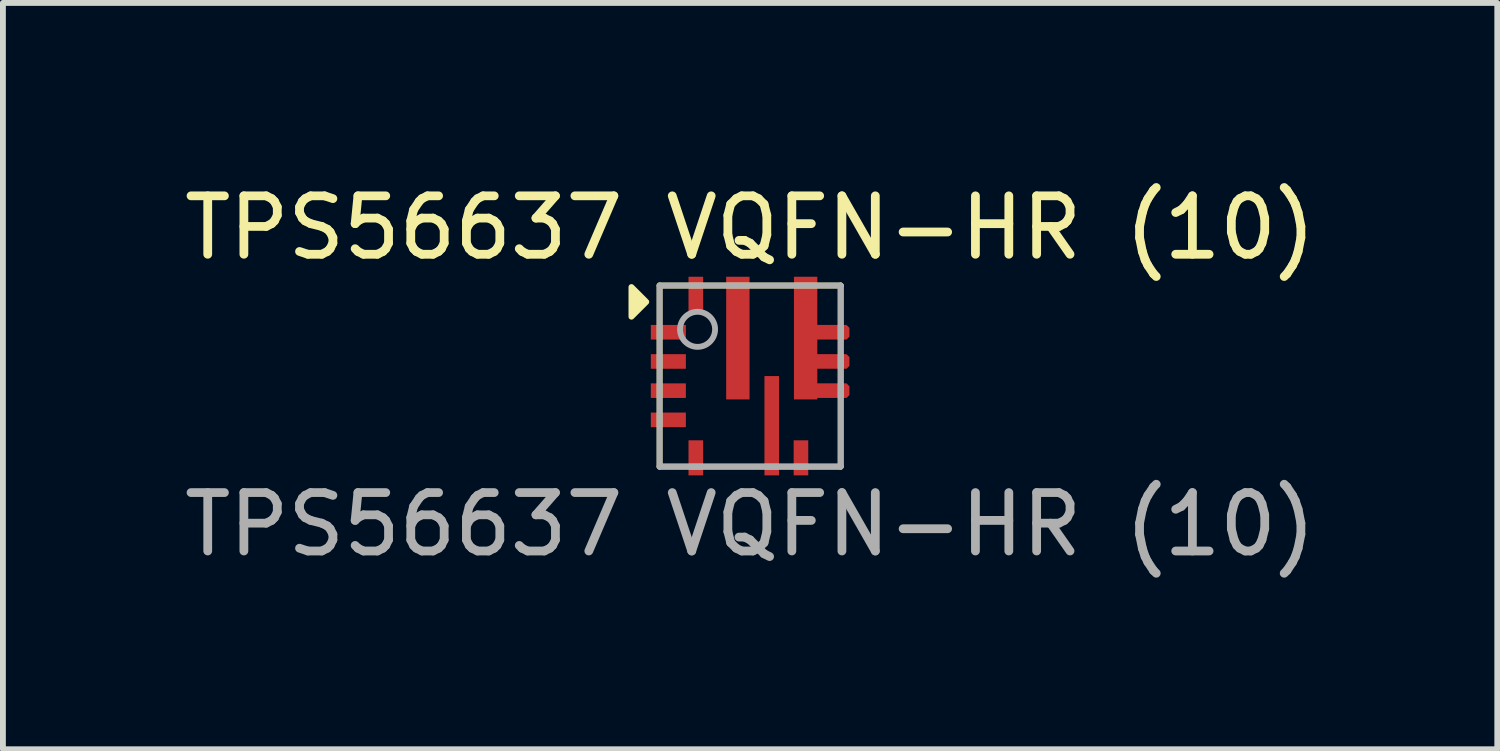
<source format=kicad_pcb>
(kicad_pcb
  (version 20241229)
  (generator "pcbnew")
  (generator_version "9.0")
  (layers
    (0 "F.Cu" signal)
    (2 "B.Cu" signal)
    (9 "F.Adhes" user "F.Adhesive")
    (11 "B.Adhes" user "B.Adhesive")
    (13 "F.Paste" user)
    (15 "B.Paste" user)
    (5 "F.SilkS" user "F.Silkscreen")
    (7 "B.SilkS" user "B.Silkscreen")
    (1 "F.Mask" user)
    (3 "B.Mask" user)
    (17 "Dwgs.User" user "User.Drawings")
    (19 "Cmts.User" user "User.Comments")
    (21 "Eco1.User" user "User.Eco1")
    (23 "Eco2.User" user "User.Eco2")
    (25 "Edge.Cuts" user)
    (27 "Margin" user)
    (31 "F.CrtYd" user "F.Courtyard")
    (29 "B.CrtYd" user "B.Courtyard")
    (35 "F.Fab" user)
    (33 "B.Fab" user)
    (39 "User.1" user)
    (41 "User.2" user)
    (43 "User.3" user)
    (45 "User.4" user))
  (footprint "TPS56637 VQFN-HR (10)"
    (layer "F.Cu")
    (at 9.792 3.388)
    (property "Reference" "TPS56637 VQFN-HR (10)" (at 0 -2.54 0) (unlocked yes) (layer "F.SilkS") (effects (font (size 1 1) (thickness 0.15))))
    (attr smd)
    (fp_poly (pts (xy 1 -0.675) (xy 1 -0.825) (xy 1.05 -0.875) (xy 1.65 -0.875) (xy 1.7 -0.825) (xy 1.7 -0.675) (xy 1.65 -0.625) (xy 1.05 -0.625)) (stroke (width 0) (type solid)) (fill yes) (layer "F.Cu"))
    (fp_poly (pts (xy 1 -0.175) (xy 1 -0.325) (xy 1.05 -0.375) (xy 1.65 -0.375) (xy 1.7 -0.325) (xy 1.7 -0.175) (xy 1.65 -0.125) (xy 1.05 -0.125)) (stroke (width 0) (type solid)) (fill yes) (layer "F.Cu"))
    (fp_poly (pts (xy 1 0.325) (xy 1 0.175) (xy 1.05 0.125) (xy 1.65 0.125) (xy 1.7 0.175) (xy 1.7 0.325) (xy 1.65 0.375) (xy 1.05 0.375)) (stroke (width 0) (type solid)) (fill yes) (layer "F.Cu"))
    (fp_poly (pts (xy 1 -0.675) (xy 1 -0.825) (xy 1.05 -0.875) (xy 1.65 -0.875) (xy 1.7 -0.825) (xy 1.7 -0.675) (xy 1.65 -0.625) (xy 1.05 -0.625)) (stroke (width 0) (type solid)) (fill yes) (layer "F.Mask"))
    (fp_poly (pts (xy 1 -0.175) (xy 1 -0.325) (xy 1.05 -0.375) (xy 1.65 -0.375) (xy 1.7 -0.325) (xy 1.7 -0.175) (xy 1.65 -0.125) (xy 1.05 -0.125)) (stroke (width 0) (type solid)) (fill yes) (layer "F.Mask"))
    (fp_poly (pts (xy 1 0.325) (xy 1 0.175) (xy 1.05 0.125) (xy 1.65 0.125) (xy 1.7 0.175) (xy 1.7 0.325) (xy 1.65 0.375) (xy 1.05 0.375)) (stroke (width 0) (type solid)) (fill yes) (layer "F.Mask"))
    (fp_line (start -1.55 -1.55) (end 1.55 -1.55) (stroke (width 0.1) (type solid)) (layer "F.SilkS"))
    (fp_line (start -1.55 1.55) (end -1.55 -1.55) (stroke (width 0.1) (type solid)) (layer "F.SilkS"))
    (fp_line (start -1.55 1.55) (end 1.55 1.55) (stroke (width 0.1) (type solid)) (layer "F.SilkS"))
    (fp_line (start 1.55 1.55) (end 1.55 -1.55) (stroke (width 0.1) (type solid)) (layer "F.SilkS"))
    (fp_poly (pts (xy -2.032 -1.524) (xy -1.778 -1.27) (xy -2.032 -1.016)) (stroke (width 0.1) (type solid)) (fill yes) (layer "F.SilkS"))
    (fp_poly (pts (xy 1 -0.675) (xy 1 -0.825) (xy 1.05 -0.875) (xy 1.65 -0.875) (xy 1.7 -0.825) (xy 1.7 -0.675) (xy 1.65 -0.625) (xy 1.05 -0.625)) (stroke (width 0) (type solid)) (fill yes) (layer "F.Paste"))
    (fp_poly (pts (xy 1 -0.175) (xy 1 -0.325) (xy 1.05 -0.375) (xy 1.65 -0.375) (xy 1.7 -0.325) (xy 1.7 -0.175) (xy 1.65 -0.125) (xy 1.05 -0.125)) (stroke (width 0) (type solid)) (fill yes) (layer "F.Paste"))
    (fp_poly (pts (xy 1 0.325) (xy 1 0.175) (xy 1.05 0.125) (xy 1.65 0.125) (xy 1.7 0.175) (xy 1.7 0.325) (xy 1.65 0.375) (xy 1.05 0.375)) (stroke (width 0) (type solid)) (fill yes) (layer "F.Paste"))
    (fp_poly (pts (xy -0.41 -0.8) (xy -0.41 -1.65) (xy -0.409 -1.66) (xy -0.406 -1.669) (xy -0.402 -1.678) (xy -0.395 -1.685) (xy -0.388 -1.692) (xy -0.379 -1.696) (xy -0.37 -1.699) (xy -0.36 -1.7) (xy -0.06 -1.7) (xy -0.05 -1.699) (xy -0.041 -1.696) (xy -0.032 -1.692) (xy -0.025 -1.685) (xy -0.018 -1.678) (xy -0.014 -1.669) (xy -0.011 -1.66) (xy -0.01 -1.65) (xy -0.01 -0.8) (xy -0.011 -0.79) (xy -0.014 -0.781) (xy -0.018 -0.772) (xy -0.025 -0.765) (xy -0.032 -0.758) (xy -0.041 -0.754) (xy -0.05 -0.751) (xy -0.06 -0.75) (xy -0.36 -0.75) (xy -0.37 -0.751) (xy -0.379 -0.754) (xy -0.388 -0.758) (xy -0.395 -0.765) (xy -0.402 -0.772) (xy -0.406 -0.781) (xy -0.409 -0.79)) (stroke (width 0) (type solid)) (fill yes) (layer "F.Paste"))
    (fp_poly (pts (xy -0.41 0.35) (xy -0.41 -0.5) (xy -0.409 -0.51) (xy -0.406 -0.519) (xy -0.402 -0.528) (xy -0.395 -0.535) (xy -0.388 -0.542) (xy -0.379 -0.546) (xy -0.37 -0.549) (xy -0.36 -0.55) (xy -0.06 -0.55) (xy -0.05 -0.549) (xy -0.041 -0.546) (xy -0.032 -0.542) (xy -0.025 -0.535) (xy -0.018 -0.528) (xy -0.014 -0.519) (xy -0.011 -0.51) (xy -0.01 -0.5) (xy -0.01 0.35) (xy -0.011 0.36) (xy -0.014 0.369) (xy -0.018 0.378) (xy -0.025 0.385) (xy -0.032 0.392) (xy -0.041 0.396) (xy -0.05 0.399) (xy -0.06 0.4) (xy -0.36 0.4) (xy -0.37 0.399) (xy -0.379 0.396) (xy -0.388 0.392) (xy -0.395 0.385) (xy -0.402 0.378) (xy -0.406 0.369) (xy -0.409 0.36)) (stroke (width 0) (type solid)) (fill yes) (layer "F.Paste"))
    (fp_poly (pts (xy 0.245 0.7) (xy 0.245 0.05) (xy 0.246 0.04) (xy 0.249 0.031) (xy 0.253 0.022) (xy 0.26 0.015) (xy 0.267 0.008) (xy 0.276 0.004) (xy 0.285 0.001) (xy 0.295 0) (xy 0.445 0) (xy 0.455 0.001) (xy 0.464 0.004) (xy 0.473 0.008) (xy 0.48 0.015) (xy 0.487 0.022) (xy 0.491 0.031) (xy 0.494 0.04) (xy 0.495 0.05) (xy 0.495 0.7) (xy 0.494 0.71) (xy 0.491 0.719) (xy 0.487 0.728) (xy 0.48 0.735) (xy 0.473 0.742) (xy 0.464 0.746) (xy 0.455 0.749) (xy 0.445 0.75) (xy 0.295 0.75) (xy 0.285 0.749) (xy 0.276 0.746) (xy 0.267 0.742) (xy 0.26 0.735) (xy 0.253 0.728) (xy 0.249 0.719) (xy 0.246 0.71)) (stroke (width 0) (type solid)) (fill yes) (layer "F.Paste"))
    (fp_poly (pts (xy 0.245 1.65) (xy 0.245 1) (xy 0.246 0.99) (xy 0.249 0.981) (xy 0.253 0.972) (xy 0.26 0.965) (xy 0.267 0.958) (xy 0.276 0.954) (xy 0.285 0.951) (xy 0.295 0.95) (xy 0.445 0.95) (xy 0.455 0.951) (xy 0.464 0.954) (xy 0.473 0.958) (xy 0.48 0.965) (xy 0.487 0.972) (xy 0.491 0.981) (xy 0.494 0.99) (xy 0.495 1) (xy 0.495 1.65) (xy 0.494 1.66) (xy 0.491 1.669) (xy 0.487 1.678) (xy 0.48 1.685) (xy 0.473 1.692) (xy 0.464 1.696) (xy 0.455 1.699) (xy 0.445 1.7) (xy 0.295 1.7) (xy 0.285 1.699) (xy 0.276 1.696) (xy 0.267 1.692) (xy 0.26 1.685) (xy 0.253 1.678) (xy 0.249 1.669) (xy 0.246 1.66)) (stroke (width 0) (type solid)) (fill yes) (layer "F.Paste"))
    (fp_line (start -1.55 -1.55) (end 1.55 -1.55) (stroke (width 0.1) (type solid)) (layer "F.Fab"))
    (fp_line (start -1.55 1.55) (end -1.55 -1.55) (stroke (width 0.1) (type solid)) (layer "F.Fab"))
    (fp_line (start -1.55 1.55) (end 1.55 1.55) (stroke (width 0.1) (type solid)) (layer "F.Fab"))
    (fp_line (start 1.55 1.55) (end 1.55 -1.55) (stroke (width 0.1) (type solid)) (layer "F.Fab"))
    (fp_circle (center -0.9 -0.8) (end -0.6 -0.8) (stroke (width 0.1) (type solid)) (fill no) (layer "F.Fab"))
    (fp_text user "${REFERENCE}" (at 0 2.54 0) (unlocked yes) (layer "F.Fab") (effects (font (size 1 1) (thickness 0.15))))
    (pad "1" smd rect (at -1.4 -0.75) (size 0.6 0.25) (layers "F.Cu" "F.Mask" "F.Paste"))
    (pad "2" smd rect (at -1.4 -0.25) (size 0.6 0.25) (layers "F.Cu" "F.Mask" "F.Paste"))
    (pad "3" smd rect (at -1.4 0.25) (size 0.6 0.25) (layers "F.Cu" "F.Mask" "F.Paste"))
    (pad "4" smd rect (at -1.4 0.75) (size 0.6 0.25) (layers "F.Cu" "F.Mask" "F.Paste"))
    (pad "5" smd rect (at -0.93 1.4 90) (size 0.6 0.25) (layers "F.Cu" "F.Mask" "F.Paste"))
    (pad "6" smd rect (at 0.37 0.85 90) (size 1.7 0.25) (layers "F.Cu" "F.Mask"))
    (pad "7" smd rect (at 0.87 1.4 90) (size 0.6 0.25) (layers "F.Cu" "F.Mask" "F.Paste"))
    (pad "8" smd rect (at 0.95 -0.65 90) (size 2.1 0.4) (layers "F.Cu" "F.Mask" "F.Paste"))
    (pad "9" smd rect (at -0.21 -0.65 90) (size 2.1 0.4) (layers "F.Cu" "F.Mask"))
    (pad "10" smd rect (at -0.93 -1.4 90) (size 0.6 0.25) (layers "F.Cu" "F.Mask" "F.Paste")))
  (gr_rect
    (start -3 -3)
    (end 22.583 9.777)
    (stroke (width 0.1) (type default))
    (fill no)
    (layer "Edge.Cuts")))
</source>
